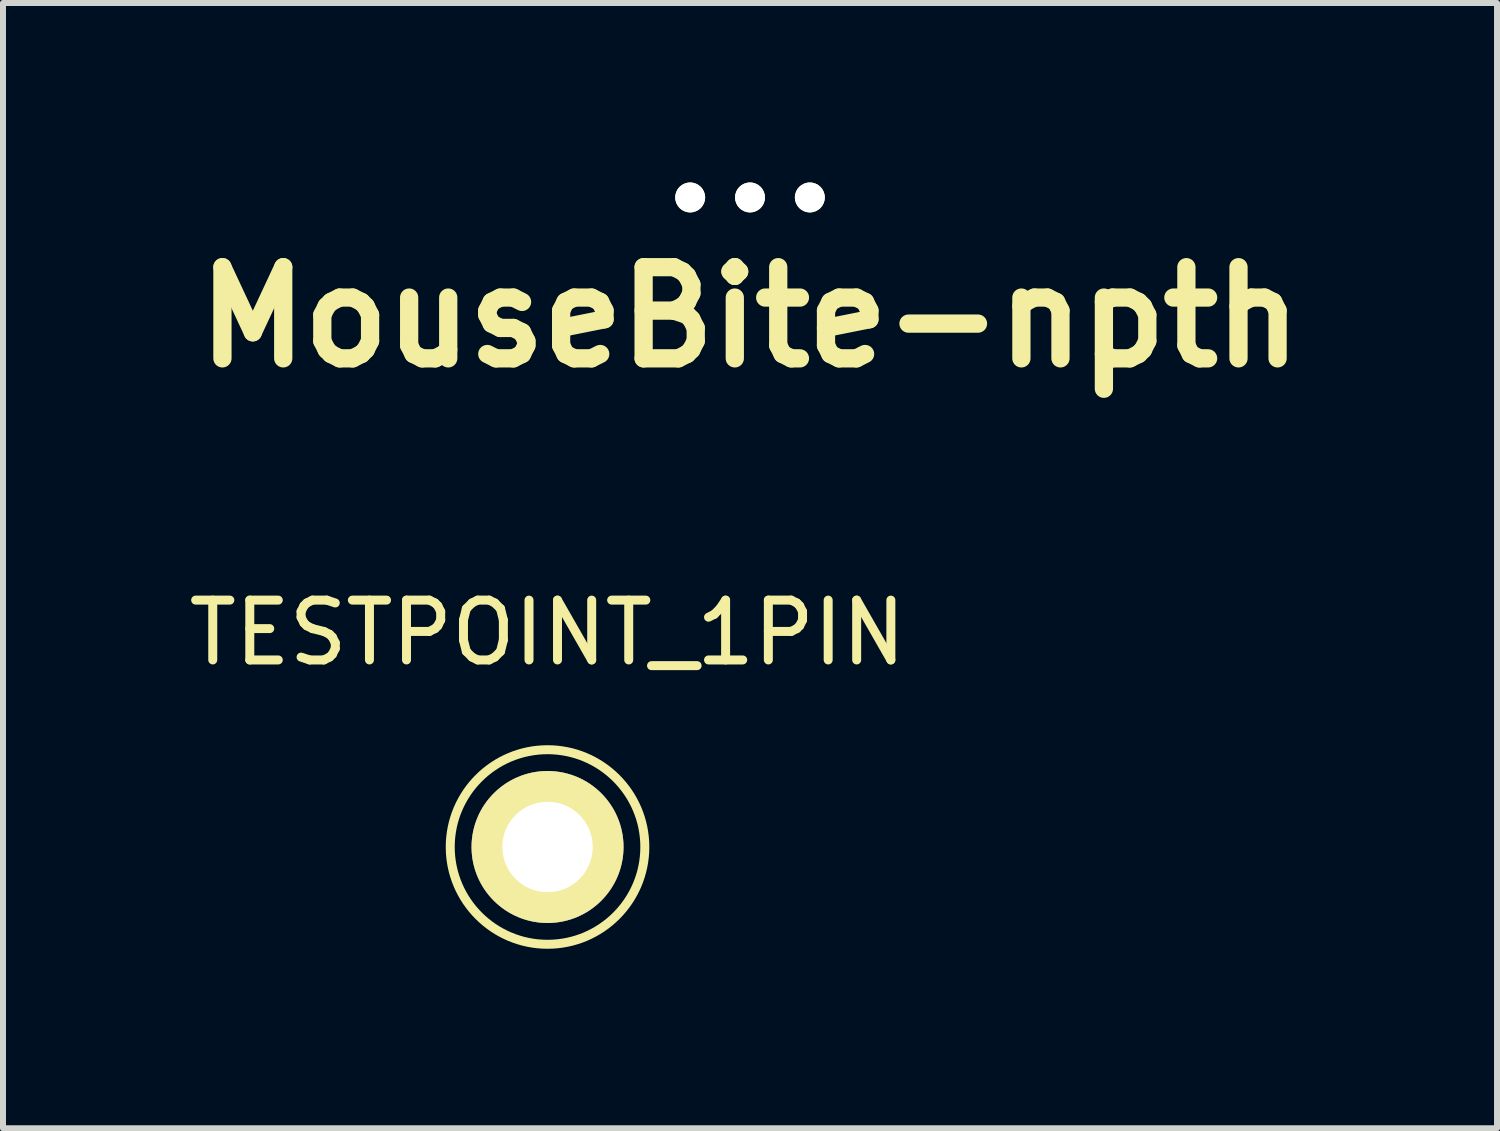
<source format=kicad_pcb>
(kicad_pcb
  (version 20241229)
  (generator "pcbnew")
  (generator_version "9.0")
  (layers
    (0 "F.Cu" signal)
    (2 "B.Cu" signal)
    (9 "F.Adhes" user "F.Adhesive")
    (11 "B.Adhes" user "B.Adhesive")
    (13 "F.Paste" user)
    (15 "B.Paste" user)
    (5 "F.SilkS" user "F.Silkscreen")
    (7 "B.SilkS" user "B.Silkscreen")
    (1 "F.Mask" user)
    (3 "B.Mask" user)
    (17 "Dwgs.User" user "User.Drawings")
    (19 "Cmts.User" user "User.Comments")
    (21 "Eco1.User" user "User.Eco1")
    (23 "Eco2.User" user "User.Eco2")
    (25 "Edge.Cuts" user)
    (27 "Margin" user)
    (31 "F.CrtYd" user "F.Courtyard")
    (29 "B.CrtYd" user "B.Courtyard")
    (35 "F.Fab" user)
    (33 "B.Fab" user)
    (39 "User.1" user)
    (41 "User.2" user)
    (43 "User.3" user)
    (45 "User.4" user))
  (footprint "TESTPOINT_1PIN"
    (layer "F.Cu")
    (at 6.101 11.106)
    (property "Reference" "TESTPOINT_1PIN" (at 0 -3.581 0) (layer "F.SilkS") (effects (font (size 1 1) (thickness 0.15))))
    (attr through_hole)
    (fp_circle (center 0 0) (end 1.626 0) (stroke (width 0.15) (type solid)) (fill no) (layer "F.SilkS"))
    (pad "1" thru_hole circle (at 0 0) (size 2.54 2.54) (drill 1.511) (layers "*.Cu" "*.Mask" "F.SilkS")))
  (footprint "MouseBite-npth"
    (layer "F.Cu")
    (at 9.485 0.25)
    (property "Reference" "MouseBite-npth" (at 0 2 0) (layer "F.SilkS") (effects (font (size 1.524 1.524) (thickness 0.305))))
    (attr through_hole)
    (pad "" np_thru_hole circle (at -1 0) (size 0.5 0.5) (drill 0.5) (layers "*.Cu" "*.Mask" "F.SilkS"))
    (pad "" np_thru_hole circle (at 0 0) (size 0.5 0.5) (drill 0.5) (layers "*.Cu" "*.Mask" "F.SilkS"))
    (pad "" np_thru_hole circle (at 1 0) (size 0.5 0.5) (drill 0.5) (layers "*.Cu" "*.Mask" "F.SilkS")))
  (gr_rect
    (start -3 -3)
    (end 21.97 15.807)
    (stroke (width 0.1) (type default))
    (fill no)
    (layer "Edge.Cuts")))
</source>
